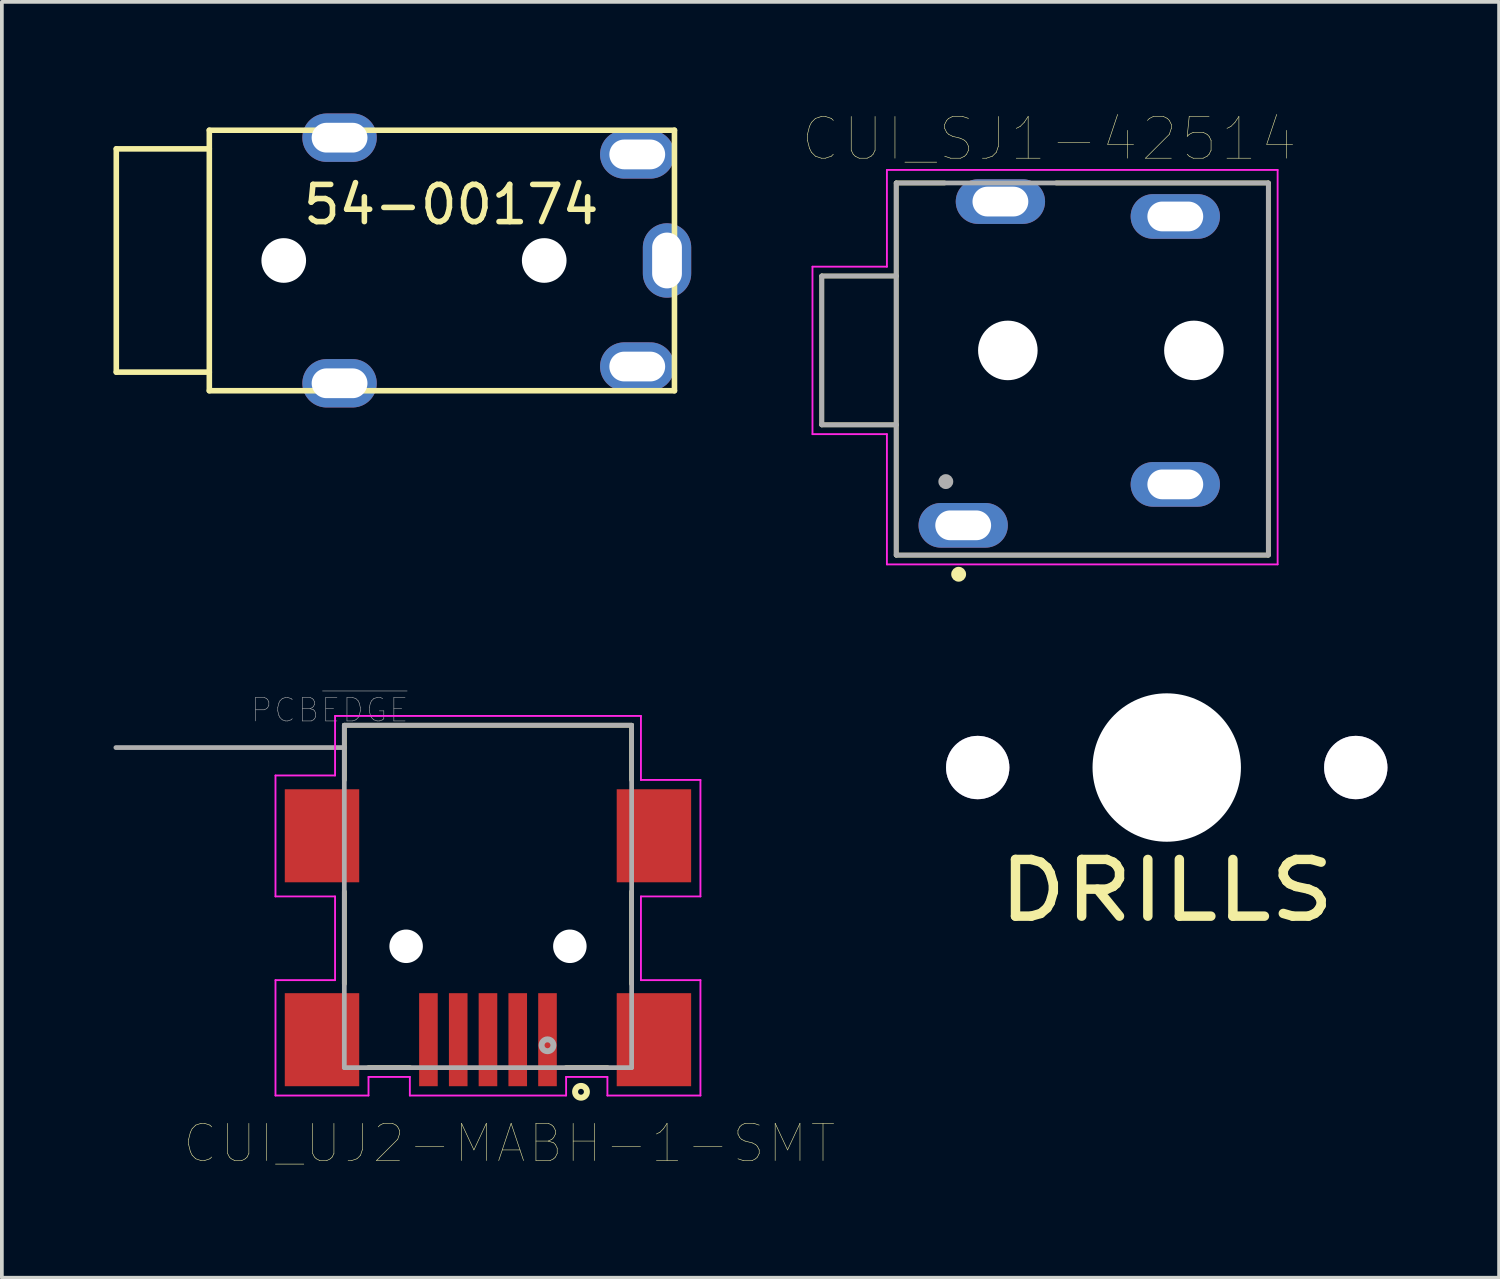
<source format=kicad_pcb>
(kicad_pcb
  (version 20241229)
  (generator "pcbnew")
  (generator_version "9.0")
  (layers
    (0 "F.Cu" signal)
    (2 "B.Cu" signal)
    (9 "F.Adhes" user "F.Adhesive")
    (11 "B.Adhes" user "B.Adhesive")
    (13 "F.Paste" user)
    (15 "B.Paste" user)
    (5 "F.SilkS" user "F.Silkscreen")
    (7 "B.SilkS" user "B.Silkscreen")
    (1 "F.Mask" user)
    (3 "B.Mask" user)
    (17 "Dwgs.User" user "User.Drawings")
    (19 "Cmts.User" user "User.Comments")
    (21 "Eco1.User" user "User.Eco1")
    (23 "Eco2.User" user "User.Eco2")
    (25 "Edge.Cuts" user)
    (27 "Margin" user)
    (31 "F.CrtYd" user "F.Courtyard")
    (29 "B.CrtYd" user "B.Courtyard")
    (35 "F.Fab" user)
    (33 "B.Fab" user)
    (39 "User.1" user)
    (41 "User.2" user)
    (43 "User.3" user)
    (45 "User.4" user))
  (footprint "54-00174"
    (layer "F.Cu")
    (at 2.575 3.95)
    (property "Reference" "54-00174" (at 6.5 -1.5 0) (layer "F.SilkS") (effects (font (size 1 1) (thickness 0.15))))
    (attr through_hole)
    (fp_line (start -2.5 -3) (end -2.5 3) (stroke (width 0.15) (type solid)) (layer "F.SilkS"))
    (fp_line (start -2.5 3) (end 0 3) (stroke (width 0.15) (type solid)) (layer "F.SilkS"))
    (fp_line (start 0 -3.5) (end 0 3.5) (stroke (width 0.15) (type solid)) (layer "F.SilkS"))
    (fp_line (start 0 -3) (end -2.5 -3) (stroke (width 0.15) (type solid)) (layer "F.SilkS"))
    (fp_line (start 0 3.5) (end 12.5 3.5) (stroke (width 0.15) (type solid)) (layer "F.SilkS"))
    (fp_line (start 12.5 -3.5) (end 0 -3.5) (stroke (width 0.15) (type solid)) (layer "F.SilkS"))
    (fp_line (start 12.5 -3.5) (end 12.5 3.5) (stroke (width 0.15) (type solid)) (layer "F.SilkS"))
    (pad "" np_thru_hole circle (at 2 0 90) (size 1.2 1.2) (drill 1.2) (layers "*.Cu" "*.Mask"))
    (pad "" np_thru_hole circle (at 9 0 90) (size 1.2 1.2) (drill 1.2) (layers "*.Cu" "*.Mask"))
    (pad "R1" thru_hole oval (at 11.5 2.85) (size 2 1.3) (drill oval 1.5 0.8) (layers "*.Cu" "*.Mask"))
    (pad "R2" thru_hole oval (at 11.5 -2.85) (size 2 1.3) (drill oval 1.5 0.8) (layers "*.Cu" "*.Mask"))
    (pad "S" thru_hole oval (at 12.3 0 90) (size 2 1.3) (drill oval 1.5 0.8) (layers "*.Cu" "*.Mask"))
    (pad "T" thru_hole oval (at 3.5 -3.3) (size 2 1.3) (drill oval 1.5 0.8) (layers "*.Cu" "*.Mask"))
    (pad "T" thru_hole oval (at 3.5 3.3) (size 2 1.3) (drill oval 1.5 0.8) (layers "*.Cu" "*.Mask")))
  (footprint "CUI_SJ1-42514"
    (layer "F.Cu")
    (at 22.834 11.067)
    (property "Reference" "CUI_SJ1-42514" (at 2.307 -10.384 0) (layer "F.SilkS") (effects (font (size 1.122 1.122) (thickness 0.015))))
    (attr through_hole)
    (fp_line (start -3.8 -6.7) (end -3.8 -2.7) (stroke (width 0.127) (type solid)) (layer "F.SilkS"))
    (fp_line (start -3.8 -2.7) (end -1.8 -2.7) (stroke (width 0.127) (type solid)) (layer "F.SilkS"))
    (fp_line (start -1.8 -9.2) (end -0.5 -9.2) (stroke (width 0.127) (type solid)) (layer "F.SilkS"))
    (fp_line (start -1.8 -6.7) (end -3.8 -6.7) (stroke (width 0.127) (type solid)) (layer "F.SilkS"))
    (fp_line (start -1.8 -6.7) (end -1.8 -9.2) (stroke (width 0.127) (type solid)) (layer "F.SilkS"))
    (fp_line (start -1.8 -2.7) (end -1.8 -6.7) (stroke (width 0.127) (type solid)) (layer "F.SilkS"))
    (fp_line (start -1.8 0.8) (end -1.8 -2.7) (stroke (width 0.127) (type solid)) (layer "F.SilkS"))
    (fp_line (start 2.5 -9.2) (end 8.2 -9.2) (stroke (width 0.127) (type solid)) (layer "F.SilkS"))
    (fp_line (start 8.2 -9.2) (end 8.2 0.8) (stroke (width 0.127) (type solid)) (layer "F.SilkS"))
    (fp_line (start 8.2 0.8) (end -1.8 0.8) (stroke (width 0.127) (type solid)) (layer "F.SilkS"))
    (fp_circle (center -0.122 1.315) (end -0.022 1.315) (stroke (width 0.2) (type solid)) (fill no) (layer "F.SilkS"))
    (fp_line (start -4.05 -6.95) (end -2.05 -6.95) (stroke (width 0.05) (type solid)) (layer "F.CrtYd"))
    (fp_line (start -4.05 -2.45) (end -4.05 -6.95) (stroke (width 0.05) (type solid)) (layer "F.CrtYd"))
    (fp_line (start -2.05 -9.55) (end 8.45 -9.55) (stroke (width 0.05) (type solid)) (layer "F.CrtYd"))
    (fp_line (start -2.05 -6.95) (end -2.05 -9.55) (stroke (width 0.05) (type solid)) (layer "F.CrtYd"))
    (fp_line (start -2.05 -2.45) (end -4.05 -2.45) (stroke (width 0.05) (type solid)) (layer "F.CrtYd"))
    (fp_line (start -2.05 1.05) (end -2.05 -2.45) (stroke (width 0.05) (type solid)) (layer "F.CrtYd"))
    (fp_line (start 8.45 -9.55) (end 8.45 1.05) (stroke (width 0.05) (type solid)) (layer "F.CrtYd"))
    (fp_line (start 8.45 1.05) (end -2.05 1.05) (stroke (width 0.05) (type solid)) (layer "F.CrtYd"))
    (fp_line (start -3.8 -6.7) (end -1.8 -6.7) (stroke (width 0.127) (type solid)) (layer "F.Fab"))
    (fp_line (start -3.8 -2.7) (end -3.8 -6.7) (stroke (width 0.127) (type solid)) (layer "F.Fab"))
    (fp_line (start -1.8 -9.2) (end 8.2 -9.2) (stroke (width 0.127) (type solid)) (layer "F.Fab"))
    (fp_line (start -1.8 -6.7) (end -1.8 -9.2) (stroke (width 0.127) (type solid)) (layer "F.Fab"))
    (fp_line (start -1.8 -2.7) (end -3.8 -2.7) (stroke (width 0.127) (type solid)) (layer "F.Fab"))
    (fp_line (start -1.8 -2.7) (end -1.8 -6.7) (stroke (width 0.127) (type solid)) (layer "F.Fab"))
    (fp_line (start -1.8 0.8) (end -1.8 -2.7) (stroke (width 0.127) (type solid)) (layer "F.Fab"))
    (fp_line (start 8.2 -9.2) (end 8.2 0.8) (stroke (width 0.127) (type solid)) (layer "F.Fab"))
    (fp_line (start 8.2 0.8) (end -1.8 0.8) (stroke (width 0.127) (type solid)) (layer "F.Fab"))
    (fp_circle (center -0.467 -1.175) (end -0.367 -1.175) (stroke (width 0.2) (type solid)) (fill no) (layer "F.Fab"))
    (pad "" np_thru_hole circle (at 1.2 -4.7) (size 1.6 1.6) (drill 1.6) (layers "*.Cu" "*.Mask"))
    (pad "" np_thru_hole circle (at 6.2 -4.7) (size 1.6 1.6) (drill 1.6) (layers "*.Cu" "*.Mask"))
    (pad "1" thru_hole oval (at 0 0) (size 2.4 1.2) (drill oval 1.5 0.8) (layers "*.Cu" "*.Mask"))
    (pad "2" thru_hole oval (at 5.7 -1.1) (size 2.4 1.2) (drill oval 1.5 0.8) (layers "*.Cu" "*.Mask"))
    (pad "3" thru_hole oval (at 5.7 -8.3) (size 2.4 1.2) (drill oval 1.5 0.8) (layers "*.Cu" "*.Mask"))
    (pad "4" thru_hole oval (at 1 -8.7) (size 2.4 1.2) (drill oval 1.5 0.8) (layers "*.Cu" "*.Mask")))
  (footprint "CUI_UJ2-MABH-1-SMT"
    (layer "F.Cu")
    (at 10.076 22.35)
    (property "Reference" "CUI_UJ2-MABH-1-SMT" (at 0.562 5.326 180) (layer "F.SilkS") (effects (font (size 1 1) (thickness 0.015))))
    (attr through_hole)
    (fp_line (start -3.873 -5.91) (end -3.873 -4.44) (stroke (width 0.127) (type solid)) (layer "F.SilkS"))
    (fp_line (start -3.873 -1.44) (end -3.873 1.04) (stroke (width 0.127) (type solid)) (layer "F.SilkS"))
    (fp_line (start -2.112 3.29) (end -3.223 3.29) (stroke (width 0.127) (type solid)) (layer "F.SilkS"))
    (fp_line (start 3.197 3.29) (end 2.087 3.29) (stroke (width 0.127) (type solid)) (layer "F.SilkS"))
    (fp_line (start 3.848 -5.91) (end -3.873 -5.91) (stroke (width 0.127) (type solid)) (layer "F.SilkS"))
    (fp_line (start 3.848 -4.44) (end 3.848 -5.91) (stroke (width 0.127) (type solid)) (layer "F.SilkS"))
    (fp_line (start 3.848 -1.44) (end 3.848 1.04) (stroke (width 0.127) (type solid)) (layer "F.SilkS"))
    (fp_circle (center 2.487 3.94) (end 2.408 3.94) (stroke (width 0.16) (type solid)) (fill no) (layer "F.SilkS"))
    (fp_line (start -5.723 -4.56) (end -5.723 -1.31) (stroke (width 0.05) (type solid)) (layer "F.CrtYd"))
    (fp_line (start -5.723 -1.31) (end -4.122 -1.31) (stroke (width 0.05) (type solid)) (layer "F.CrtYd"))
    (fp_line (start -5.723 0.94) (end -5.723 4.04) (stroke (width 0.05) (type solid)) (layer "F.CrtYd"))
    (fp_line (start -5.723 4.04) (end -3.223 4.04) (stroke (width 0.05) (type solid)) (layer "F.CrtYd"))
    (fp_line (start -4.122 -6.16) (end -4.122 -4.56) (stroke (width 0.05) (type solid)) (layer "F.CrtYd"))
    (fp_line (start -4.122 -4.56) (end -5.723 -4.56) (stroke (width 0.05) (type solid)) (layer "F.CrtYd"))
    (fp_line (start -4.122 -1.31) (end -4.122 0.94) (stroke (width 0.05) (type solid)) (layer "F.CrtYd"))
    (fp_line (start -4.122 0.94) (end -5.723 0.94) (stroke (width 0.05) (type solid)) (layer "F.CrtYd"))
    (fp_line (start -3.223 3.54) (end -2.112 3.54) (stroke (width 0.05) (type solid)) (layer "F.CrtYd"))
    (fp_line (start -3.223 4.04) (end -3.223 3.54) (stroke (width 0.05) (type solid)) (layer "F.CrtYd"))
    (fp_line (start -2.112 3.54) (end -2.112 4.04) (stroke (width 0.05) (type solid)) (layer "F.CrtYd"))
    (fp_line (start -2.112 4.04) (end 2.087 4.04) (stroke (width 0.05) (type solid)) (layer "F.CrtYd"))
    (fp_line (start 2.087 3.54) (end 3.197 3.54) (stroke (width 0.05) (type solid)) (layer "F.CrtYd"))
    (fp_line (start 2.087 4.04) (end 2.087 3.54) (stroke (width 0.05) (type solid)) (layer "F.CrtYd"))
    (fp_line (start 3.197 3.54) (end 3.197 4.04) (stroke (width 0.05) (type solid)) (layer "F.CrtYd"))
    (fp_line (start 3.197 4.04) (end 5.697 4.04) (stroke (width 0.05) (type solid)) (layer "F.CrtYd"))
    (fp_line (start 4.098 -6.16) (end -4.122 -6.16) (stroke (width 0.05) (type solid)) (layer "F.CrtYd"))
    (fp_line (start 4.098 -4.44) (end 4.098 -6.16) (stroke (width 0.05) (type solid)) (layer "F.CrtYd"))
    (fp_line (start 4.098 -1.31) (end 5.697 -1.31) (stroke (width 0.05) (type solid)) (layer "F.CrtYd"))
    (fp_line (start 4.098 0.94) (end 4.098 -1.31) (stroke (width 0.05) (type solid)) (layer "F.CrtYd"))
    (fp_line (start 5.697 -4.44) (end 4.098 -4.44) (stroke (width 0.05) (type solid)) (layer "F.CrtYd"))
    (fp_line (start 5.697 -1.31) (end 5.697 -4.44) (stroke (width 0.05) (type solid)) (layer "F.CrtYd"))
    (fp_line (start 5.697 0.94) (end 4.098 0.94) (stroke (width 0.05) (type solid)) (layer "F.CrtYd"))
    (fp_line (start 5.697 4.04) (end 5.697 0.94) (stroke (width 0.05) (type solid)) (layer "F.CrtYd"))
    (fp_line (start -3.873 -5.91) (end 3.848 -5.91) (stroke (width 0.127) (type solid)) (layer "F.Fab"))
    (fp_line (start -3.873 -5.31) (end -10.012 -5.31) (stroke (width 0.127) (type solid)) (layer "F.Fab"))
    (fp_line (start -3.873 -5.31) (end -3.873 -5.91) (stroke (width 0.127) (type solid)) (layer "F.Fab"))
    (fp_line (start -3.873 3.29) (end -3.873 -5.31) (stroke (width 0.127) (type solid)) (layer "F.Fab"))
    (fp_line (start 3.848 -5.91) (end 3.848 3.29) (stroke (width 0.127) (type solid)) (layer "F.Fab"))
    (fp_line (start 3.848 3.29) (end -3.873 3.29) (stroke (width 0.127) (type solid)) (layer "F.Fab"))
    (fp_circle (center 1.587 2.69) (end 1.508 2.69) (stroke (width 0.16) (type solid)) (fill no) (layer "F.Fab"))
    (fp_text user "PCB~{EDGE}" (at -4.267 -6.317 180) (layer "F.Fab") (effects (font (size 0.63 0.63) (thickness 0.015))))
    (pad "" np_thru_hole circle (at -2.212 0.03 180) (size 0.9 0.9) (drill 0.9) (layers "*.Cu" "*.Mask"))
    (pad "" np_thru_hole circle (at 2.188 0.03 180) (size 0.9 0.9) (drill 0.9) (layers "*.Cu" "*.Mask"))
    (pad "1" smd rect (at 1.587 2.54 180) (size 0.5 2.5) (layers "F.Cu" "F.Mask" "F.Paste"))
    (pad "2" smd rect (at 0.787 2.54 180) (size 0.5 2.5) (layers "F.Cu" "F.Mask" "F.Paste"))
    (pad "3" smd rect (at -0.013 2.54 180) (size 0.5 2.5) (layers "F.Cu" "F.Mask" "F.Paste"))
    (pad "4" smd rect (at -0.812 2.54 180) (size 0.5 2.5) (layers "F.Cu" "F.Mask" "F.Paste"))
    (pad "5" smd rect (at -1.613 2.54 180) (size 0.5 2.5) (layers "F.Cu" "F.Mask" "F.Paste"))
    (pad "6" smd rect (at -4.473 -2.94 180) (size 2 2.5) (layers "F.Cu" "F.Mask" "F.Paste"))
    (pad "6" smd rect (at -4.473 2.54 180) (size 2 2.5) (layers "F.Cu" "F.Mask" "F.Paste"))
    (pad "6" smd rect (at 4.447 -2.94 180) (size 2 2.5) (layers "F.Cu" "F.Mask" "F.Paste"))
    (pad "6" smd rect (at 4.447 2.54 180) (size 2 2.5) (layers "F.Cu" "F.Mask" "F.Paste")))
  (footprint "DRILLS"
    (layer "F.Cu")
    (at 28.304 17.576)
    (property "Reference" "DRILLS" (at 0 3.302 0) (layer "F.SilkS") (effects (font (size 1.524 1.778) (thickness 0.254))))
    (attr through_hole)
    (pad "" np_thru_hole circle (at 0 0) (size 3.988 3.988) (drill 3.988) (layers "*.Cu"))
    (pad "0" thru_hole circle (at -5.08 0) (size 1.702 1.702) (drill 1.702) (layers "*.Cu"))
    (pad "0" thru_hole circle (at 5.08 0) (size 1.702 1.702) (drill 1.702) (layers "*.Cu")))
  (gr_rect
    (start -3 -3)
    (end 37.235 31.287)
    (stroke (width 0.1) (type default))
    (fill no)
    (layer "Edge.Cuts")))
</source>
